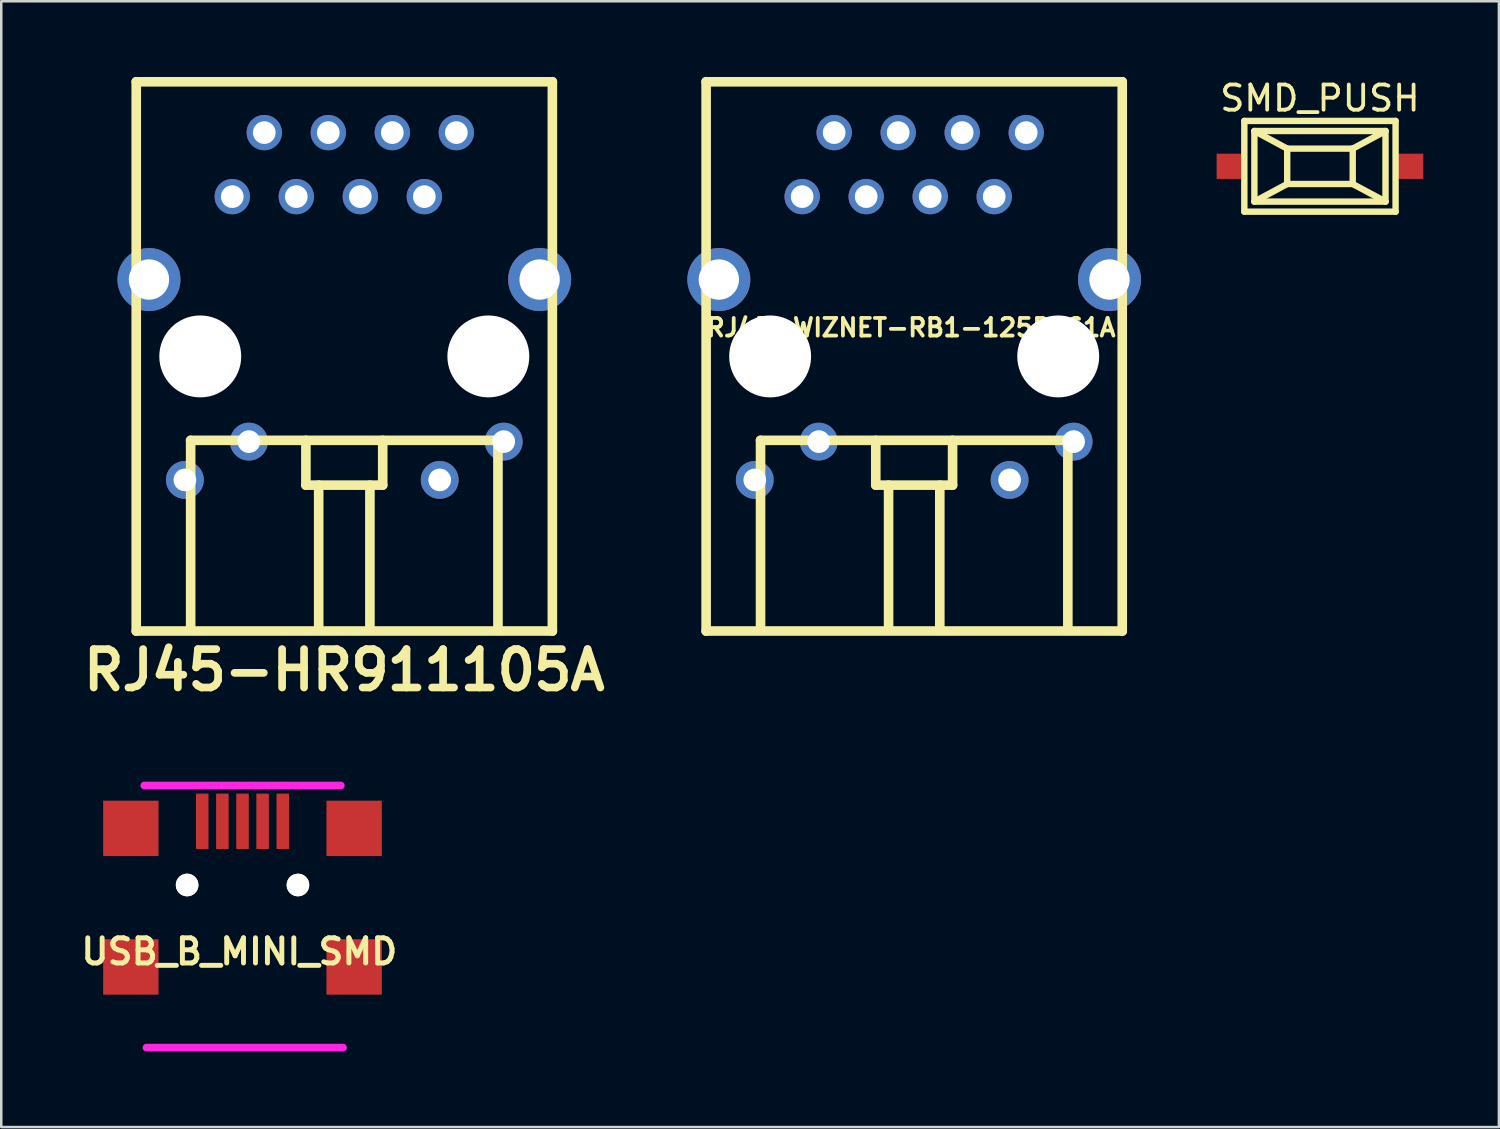
<source format=kicad_pcb>
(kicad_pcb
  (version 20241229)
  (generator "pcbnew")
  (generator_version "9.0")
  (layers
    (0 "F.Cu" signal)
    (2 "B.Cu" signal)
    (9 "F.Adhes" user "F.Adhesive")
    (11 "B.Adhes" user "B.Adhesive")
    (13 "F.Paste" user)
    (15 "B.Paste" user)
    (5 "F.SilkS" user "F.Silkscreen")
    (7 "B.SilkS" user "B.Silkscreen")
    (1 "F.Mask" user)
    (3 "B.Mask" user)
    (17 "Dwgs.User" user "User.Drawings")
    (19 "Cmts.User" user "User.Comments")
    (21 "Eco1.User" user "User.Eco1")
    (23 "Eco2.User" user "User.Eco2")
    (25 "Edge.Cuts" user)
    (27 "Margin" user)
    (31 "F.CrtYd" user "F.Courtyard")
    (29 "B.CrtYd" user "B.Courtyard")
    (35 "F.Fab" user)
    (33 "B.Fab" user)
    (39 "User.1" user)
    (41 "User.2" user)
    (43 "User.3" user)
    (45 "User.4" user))
  (footprint "RJ45-WIZNET-RB1-125BAG1A"
    (layer "F.Cu")
    (at 33.22 11.091)
    (property "Reference" "RJ45-WIZNET-RB1-125BAG1A" (at -0.127 -1.143 0) (layer "F.SilkS") (effects (font (size 0.7 0.7) (thickness 0.15))))
    (attr through_hole)
    (fp_line (start -8.255 -10.895) (end 8.255 -10.895) (stroke (width 0.381) (type solid)) (layer "F.SilkS"))
    (fp_line (start -8.255 10.895) (end 8.255 10.895) (stroke (width 0.381) (type solid)) (layer "F.SilkS"))
    (fp_line (start -8.255 10.9) (end -8.255 -10.9) (stroke (width 0.381) (type solid)) (layer "F.SilkS"))
    (fp_line (start -6.096 3.329) (end -6.096 10.695) (stroke (width 0.381) (type solid)) (layer "F.SilkS"))
    (fp_line (start -6.096 3.329) (end 6.096 3.329) (stroke (width 0.381) (type solid)) (layer "F.SilkS"))
    (fp_line (start -1.524 5.107) (end -1.524 3.329) (stroke (width 0.381) (type solid)) (layer "F.SilkS"))
    (fp_line (start -1.016 10.695) (end -1.016 5.107) (stroke (width 0.381) (type solid)) (layer "F.SilkS"))
    (fp_line (start 1.016 5.107) (end 1.016 10.695) (stroke (width 0.381) (type solid)) (layer "F.SilkS"))
    (fp_line (start 1.524 3.329) (end 1.524 5.107) (stroke (width 0.381) (type solid)) (layer "F.SilkS"))
    (fp_line (start 1.524 5.107) (end -1.524 5.107) (stroke (width 0.381) (type solid)) (layer "F.SilkS"))
    (fp_line (start 6.096 3.329) (end 6.096 10.695) (stroke (width 0.381) (type solid)) (layer "F.SilkS"))
    (fp_line (start 8.255 -10.9) (end 8.255 10.9) (stroke (width 0.381) (type solid)) (layer "F.SilkS"))
    (pad "" np_thru_hole circle (at -5.715 0) (size 3.25 3.25) (drill 3.25) (layers "*.Cu"))
    (pad "" np_thru_hole circle (at 5.715 0) (size 3.25 3.25) (drill 3.25) (layers "*.Cu"))
    (pad "1" thru_hole circle (at -4.445 -6.34) (size 1.4 1.4) (drill 0.9) (layers "*.Cu" "*.Mask"))
    (pad "2" thru_hole circle (at -3.175 -8.88) (size 1.4 1.4) (drill 0.9) (layers "*.Cu" "*.Mask"))
    (pad "3" thru_hole circle (at -1.905 -6.34) (size 1.4 1.4) (drill 0.9) (layers "*.Cu" "*.Mask"))
    (pad "4" thru_hole circle (at -0.635 -8.88) (size 1.4 1.4) (drill 0.9) (layers "*.Cu" "*.Mask"))
    (pad "5" thru_hole circle (at 0.635 -6.34) (size 1.4 1.4) (drill 0.9) (layers "*.Cu" "*.Mask"))
    (pad "6" thru_hole circle (at 1.905 -8.88) (size 1.4 1.4) (drill 0.9) (layers "*.Cu" "*.Mask"))
    (pad "7" thru_hole circle (at 3.175 -6.34) (size 1.4 1.4) (drill 0.9) (layers "*.Cu" "*.Mask"))
    (pad "8" thru_hole circle (at 4.445 -8.88) (size 1.4 1.4) (drill 0.9) (layers "*.Cu" "*.Mask"))
    (pad "9" thru_hole circle (at 6.325 3.38) (size 1.5 1.5) (drill 0.9) (layers "*.Cu" "*.Mask"))
    (pad "10" thru_hole circle (at 3.785 4.9) (size 1.5 1.5) (drill 0.9) (layers "*.Cu" "*.Mask"))
    (pad "11" thru_hole circle (at -3.785 3.38) (size 1.5 1.5) (drill 0.9) (layers "*.Cu" "*.Mask"))
    (pad "12" thru_hole circle (at -6.325 4.9) (size 1.5 1.5) (drill 0.9) (layers "*.Cu" "*.Mask"))
    (pad "13" thru_hole circle (at -7.75 -3.05) (size 2.5 2.5) (drill 1.6) (layers "*.Cu" "*.Mask"))
    (pad "13" thru_hole circle (at 7.75 -3.05) (size 2.5 2.5) (drill 1.6) (layers "*.Cu" "*.Mask")))
  (footprint "SMD_PUSH"
    (layer "F.Cu")
    (at 49.319 3.548)
    (property "Reference" "SMD_PUSH" (at 0 -2.7 0) (layer "F.SilkS") (effects (font (size 1 1) (thickness 0.15))))
    (attr through_hole)
    (fp_line (start -3 -1.801) (end 3 -1.801) (stroke (width 0.254) (type solid)) (layer "F.SilkS"))
    (fp_line (start -3 1.801) (end -3 -1.801) (stroke (width 0.254) (type solid)) (layer "F.SilkS"))
    (fp_line (start -2.601 -1.4) (end -1.3 -0.701) (stroke (width 0.254) (type solid)) (layer "F.SilkS"))
    (fp_line (start -2.601 -1.4) (end 2.601 -1.4) (stroke (width 0.254) (type solid)) (layer "F.SilkS"))
    (fp_line (start -2.601 1.4) (end -2.601 -1.4) (stroke (width 0.254) (type solid)) (layer "F.SilkS"))
    (fp_line (start -1.3 -0.701) (end 1.3 -0.701) (stroke (width 0.254) (type solid)) (layer "F.SilkS"))
    (fp_line (start -1.3 0.701) (end -2.601 1.4) (stroke (width 0.254) (type solid)) (layer "F.SilkS"))
    (fp_line (start -1.3 0.701) (end -1.3 -0.701) (stroke (width 0.254) (type solid)) (layer "F.SilkS"))
    (fp_line (start 1.3 -0.701) (end 1.3 0.701) (stroke (width 0.254) (type solid)) (layer "F.SilkS"))
    (fp_line (start 1.3 -0.701) (end 2.601 -1.4) (stroke (width 0.254) (type solid)) (layer "F.SilkS"))
    (fp_line (start 1.3 0.701) (end -1.3 0.701) (stroke (width 0.254) (type solid)) (layer "F.SilkS"))
    (fp_line (start 1.3 0.701) (end 2.601 1.4) (stroke (width 0.254) (type solid)) (layer "F.SilkS"))
    (fp_line (start 2.601 -1.4) (end 2.601 1.4) (stroke (width 0.254) (type solid)) (layer "F.SilkS"))
    (fp_line (start 2.601 1.4) (end -2.601 1.4) (stroke (width 0.254) (type solid)) (layer "F.SilkS"))
    (fp_line (start 3 -1.801) (end 3 1.801) (stroke (width 0.254) (type solid)) (layer "F.SilkS"))
    (fp_line (start 3 1.801) (end -3 1.801) (stroke (width 0.254) (type solid)) (layer "F.SilkS"))
    (pad "1" smd rect (at -3.599 0) (size 1.001 1.001) (layers "F.Cu" "F.Mask" "F.Paste"))
    (pad "2" smd rect (at 3.599 0) (size 1.001 1.001) (layers "F.Cu" "F.Mask" "F.Paste")))
  (footprint "RJ45-HR911105A"
    (layer "F.Cu")
    (at 10.61 11.091)
    (property "Reference" "RJ45-HR911105A" (at 0 12.446 0) (layer "F.SilkS") (effects (font (size 1.524 1.524) (thickness 0.305))))
    (attr through_hole)
    (fp_line (start -8.255 -10.895) (end 8.255 -10.895) (stroke (width 0.381) (type solid)) (layer "F.SilkS"))
    (fp_line (start -8.255 10.895) (end 8.255 10.895) (stroke (width 0.381) (type solid)) (layer "F.SilkS"))
    (fp_line (start -8.255 10.9) (end -8.255 -10.9) (stroke (width 0.381) (type solid)) (layer "F.SilkS"))
    (fp_line (start -6.096 3.329) (end -6.096 10.695) (stroke (width 0.381) (type solid)) (layer "F.SilkS"))
    (fp_line (start -6.096 3.329) (end 6.096 3.329) (stroke (width 0.381) (type solid)) (layer "F.SilkS"))
    (fp_line (start -1.524 5.107) (end -1.524 3.329) (stroke (width 0.381) (type solid)) (layer "F.SilkS"))
    (fp_line (start -1.016 10.695) (end -1.016 5.107) (stroke (width 0.381) (type solid)) (layer "F.SilkS"))
    (fp_line (start 1.016 5.107) (end 1.016 10.695) (stroke (width 0.381) (type solid)) (layer "F.SilkS"))
    (fp_line (start 1.524 3.329) (end 1.524 5.107) (stroke (width 0.381) (type solid)) (layer "F.SilkS"))
    (fp_line (start 1.524 5.107) (end -1.524 5.107) (stroke (width 0.381) (type solid)) (layer "F.SilkS"))
    (fp_line (start 6.096 3.329) (end 6.096 10.695) (stroke (width 0.381) (type solid)) (layer "F.SilkS"))
    (fp_line (start 8.255 -10.9) (end 8.255 10.9) (stroke (width 0.381) (type solid)) (layer "F.SilkS"))
    (pad "" np_thru_hole circle (at -5.715 0) (size 3.25 3.25) (drill 3.25) (layers "*.Cu"))
    (pad "" np_thru_hole circle (at 5.715 0) (size 3.25 3.25) (drill 3.25) (layers "*.Cu"))
    (pad "1" thru_hole circle (at -4.445 -6.34) (size 1.4 1.4) (drill 0.9) (layers "*.Cu" "*.Mask"))
    (pad "2" thru_hole circle (at -3.175 -8.88) (size 1.4 1.4) (drill 0.9) (layers "*.Cu" "*.Mask"))
    (pad "3" thru_hole circle (at -1.905 -6.34) (size 1.4 1.4) (drill 0.9) (layers "*.Cu" "*.Mask"))
    (pad "4" thru_hole circle (at -0.635 -8.88) (size 1.4 1.4) (drill 0.9) (layers "*.Cu" "*.Mask"))
    (pad "5" thru_hole circle (at 0.635 -6.34) (size 1.4 1.4) (drill 0.9) (layers "*.Cu" "*.Mask"))
    (pad "6" thru_hole circle (at 1.905 -8.88) (size 1.4 1.4) (drill 0.9) (layers "*.Cu" "*.Mask"))
    (pad "7" thru_hole circle (at 3.175 -6.34) (size 1.4 1.4) (drill 0.9) (layers "*.Cu" "*.Mask"))
    (pad "8" thru_hole circle (at 4.445 -8.88) (size 1.4 1.4) (drill 0.9) (layers "*.Cu" "*.Mask"))
    (pad "9" thru_hole circle (at 6.325 3.38) (size 1.5 1.5) (drill 0.9) (layers "*.Cu" "*.Mask"))
    (pad "10" thru_hole circle (at 3.785 4.9) (size 1.5 1.5) (drill 0.9) (layers "*.Cu" "*.Mask"))
    (pad "11" thru_hole circle (at -3.785 3.38) (size 1.5 1.5) (drill 0.9) (layers "*.Cu" "*.Mask"))
    (pad "12" thru_hole circle (at -6.325 4.9) (size 1.5 1.5) (drill 0.9) (layers "*.Cu" "*.Mask"))
    (pad "13" thru_hole circle (at -7.75 -3.05) (size 2.5 2.5) (drill 1.6) (layers "*.Cu" "*.Mask"))
    (pad "13" thru_hole circle (at 7.75 -3.05) (size 2.5 2.5) (drill 1.6) (layers "*.Cu" "*.Mask")))
  (footprint "USB_B_MINI_SMD"
    (layer "F.Cu")
    (at 6.571 33.434)
    (property "Reference" "USB_B_MINI_SMD" (at -0.127 1.27 0) (layer "F.SilkS") (effects (font (size 0.998 0.998) (thickness 0.196))))
    (attr through_hole)
    (fp_line (start -3.81 5.08) (end 3.988 5.08) (stroke (width 0.305) (type solid)) (layer "F.CrtYd"))
    (fp_line (start 3.899 -5.319) (end -3.899 -5.319) (stroke (width 0.305) (type solid)) (layer "F.CrtYd"))
    (pad "" np_thru_hole circle (at -2.197 -1.372) (size 0.899 0.899) (drill 0.899) (layers "*.Cu" "*.Mask" "F.SilkS"))
    (pad "" np_thru_hole circle (at 2.2 -1.372) (size 0.899 0.899) (drill 0.899) (layers "*.Cu" "*.Mask" "F.SilkS"))
    (pad "1" smd rect (at -1.598 -3.899) (size 0.498 2.197) (layers "F.Cu" "F.Mask" "F.Paste"))
    (pad "2" smd rect (at -0.798 -3.899) (size 0.498 2.197) (layers "F.Cu" "F.Mask" "F.Paste"))
    (pad "3" smd rect (at 0 -3.899) (size 0.498 2.197) (layers "F.Cu" "F.Mask" "F.Paste"))
    (pad "4" smd rect (at 0.798 -3.899) (size 0.498 2.197) (layers "F.Cu" "F.Mask" "F.Paste"))
    (pad "5" smd rect (at 1.598 -3.899) (size 0.498 2.197) (layers "F.Cu" "F.Mask" "F.Paste"))
    (pad "6" smd rect (at -4.43 -3.619) (size 2.197 2.197) (layers "F.Cu" "F.Mask" "F.Paste"))
    (pad "7" smd rect (at -4.43 1.88) (size 2.197 2.197) (layers "F.Cu" "F.Mask" "F.Paste"))
    (pad "8" smd rect (at 4.43 1.88) (size 2.197 2.197) (layers "F.Cu" "F.Mask" "F.Paste"))
    (pad "9" smd rect (at 4.43 -3.619) (size 2.197 2.197) (layers "F.Cu" "F.Mask" "F.Paste")))
  (gr_rect
    (start -3 -3)
    (end 56.419 41.667)
    (stroke (width 0.1) (type default))
    (fill no)
    (layer "Edge.Cuts")))
</source>
